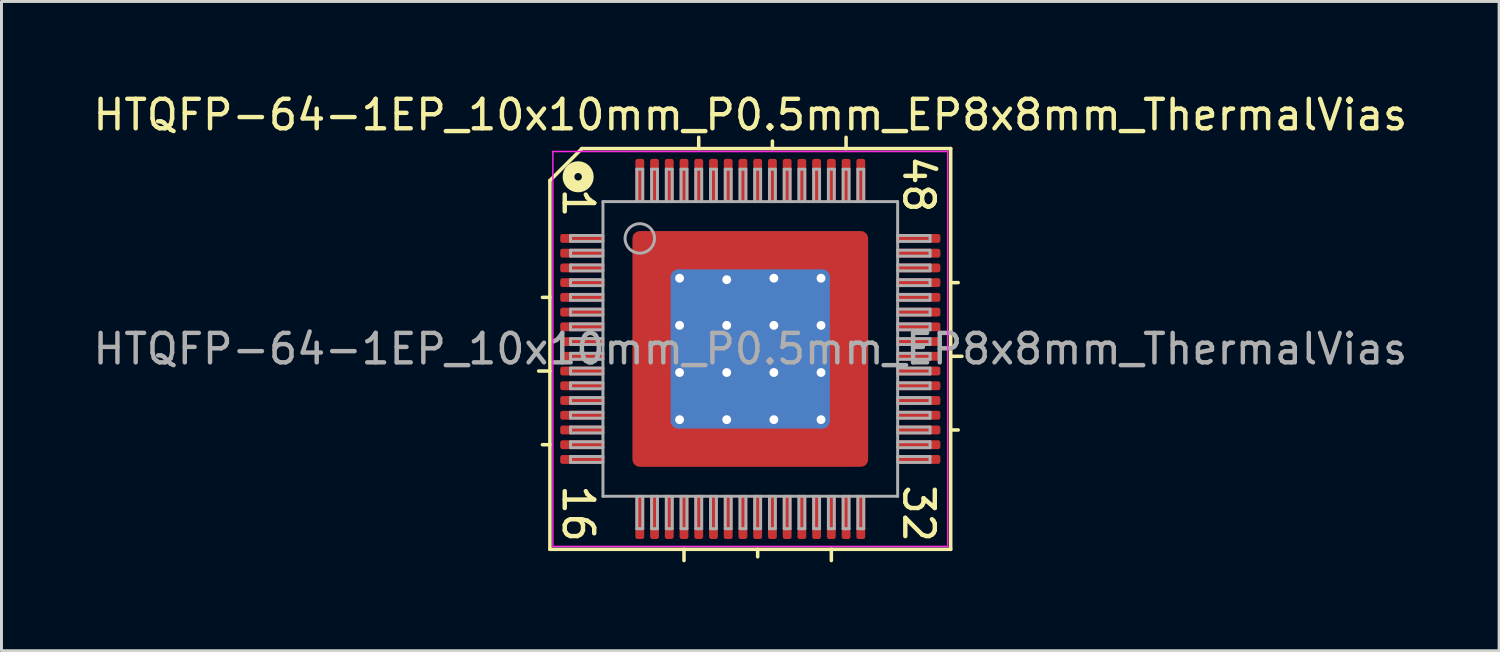
<source format=kicad_pcb>
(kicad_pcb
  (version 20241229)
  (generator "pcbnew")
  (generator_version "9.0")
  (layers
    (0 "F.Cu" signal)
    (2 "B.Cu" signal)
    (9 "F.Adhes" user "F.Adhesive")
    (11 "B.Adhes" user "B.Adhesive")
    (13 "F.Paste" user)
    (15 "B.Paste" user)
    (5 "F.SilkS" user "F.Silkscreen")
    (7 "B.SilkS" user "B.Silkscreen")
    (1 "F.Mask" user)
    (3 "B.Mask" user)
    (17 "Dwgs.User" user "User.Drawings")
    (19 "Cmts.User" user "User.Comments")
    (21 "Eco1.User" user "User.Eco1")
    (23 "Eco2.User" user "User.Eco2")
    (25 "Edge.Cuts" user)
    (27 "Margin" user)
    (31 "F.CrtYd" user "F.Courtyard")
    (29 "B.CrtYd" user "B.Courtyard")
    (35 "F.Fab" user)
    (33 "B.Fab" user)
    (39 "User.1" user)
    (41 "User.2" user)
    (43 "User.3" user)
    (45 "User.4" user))
  (footprint "HTQFP-64-1EP_10x10mm_P0.5mm_EP8x8mm_ThermalVias"
    (layer "F.Cu")
    (at 22.411 8.791)
    (property "Reference" "HTQFP-64-1EP_10x10mm_P0.5mm_EP8x8mm_ThermalVias" (at 0 -7.943 0) (layer "F.SilkS") (effects (font (size 1 1) (thickness 0.15))))
    (attr smd)
    (fp_line (start -6.8 -5.715) (end -6.8 6.8) (stroke (width 0.12) (type solid)) (layer "F.SilkS"))
    (fp_line (start -6.8 -1.75) (end -7.054 -1.75) (stroke (width 0.12) (type solid)) (layer "F.SilkS"))
    (fp_line (start -6.8 0.75) (end -7.181 0.75) (stroke (width 0.12) (type solid)) (layer "F.SilkS"))
    (fp_line (start -6.8 3.25) (end -7.054 3.25) (stroke (width 0.12) (type solid)) (layer "F.SilkS"))
    (fp_line (start -6.8 6.8) (end 6.8 6.8) (stroke (width 0.12) (type solid)) (layer "F.SilkS"))
    (fp_line (start -5.715 -6.8) (end -6.8 -5.715) (stroke (width 0.12) (type solid)) (layer "F.SilkS"))
    (fp_line (start -2.25 6.8) (end -2.25 7.181) (stroke (width 0.12) (type solid)) (layer "F.SilkS"))
    (fp_line (start -1.75 -6.8) (end -1.75 -7.181) (stroke (width 0.12) (type solid)) (layer "F.SilkS"))
    (fp_line (start 0.25 6.8) (end 0.25 7.054) (stroke (width 0.12) (type solid)) (layer "F.SilkS"))
    (fp_line (start 0.75 -6.8) (end 0.75 -7.054) (stroke (width 0.12) (type solid)) (layer "F.SilkS"))
    (fp_line (start 2.75 6.8) (end 2.75 7.181) (stroke (width 0.12) (type solid)) (layer "F.SilkS"))
    (fp_line (start 3.25 -6.8) (end 3.25 -7.181) (stroke (width 0.12) (type solid)) (layer "F.SilkS"))
    (fp_line (start 6.8 -6.8) (end -5.715 -6.8) (stroke (width 0.12) (type solid)) (layer "F.SilkS"))
    (fp_line (start 6.8 -2.25) (end 7.054 -2.25) (stroke (width 0.12) (type solid)) (layer "F.SilkS"))
    (fp_line (start 6.8 0.25) (end 7.181 0.25) (stroke (width 0.12) (type solid)) (layer "F.SilkS"))
    (fp_line (start 6.8 2.75) (end 7.054 2.75) (stroke (width 0.12) (type solid)) (layer "F.SilkS"))
    (fp_line (start 6.8 6.8) (end 6.8 -6.8) (stroke (width 0.12) (type solid)) (layer "F.SilkS"))
    (fp_circle (center -5.842 -5.842) (end -5.715 -5.842) (stroke (width 0.4) (type solid)) (fill no) (layer "F.SilkS"))
    (fp_line (start -6.7 -6.7) (end -6.7 6.7) (stroke (width 0.05) (type solid)) (layer "F.CrtYd"))
    (fp_line (start -6.7 -6.7) (end 6.7 -6.7) (stroke (width 0.05) (type solid)) (layer "F.CrtYd"))
    (fp_line (start -6.7 6.7) (end 6.7 6.7) (stroke (width 0.05) (type solid)) (layer "F.CrtYd"))
    (fp_line (start 6.7 -6.7) (end 6.7 6.7) (stroke (width 0.05) (type solid)) (layer "F.CrtYd"))
    (fp_line (start -6.1 -3.85) (end -6.1 -3.65) (stroke (width 0.1) (type solid)) (layer "F.Fab"))
    (fp_line (start -6.1 -3.85) (end -5 -3.85) (stroke (width 0.1) (type solid)) (layer "F.Fab"))
    (fp_line (start -6.1 -3.65) (end -5 -3.65) (stroke (width 0.1) (type solid)) (layer "F.Fab"))
    (fp_line (start -6.1 -3.35) (end -6.1 -3.15) (stroke (width 0.1) (type solid)) (layer "F.Fab"))
    (fp_line (start -6.1 -3.35) (end -5 -3.35) (stroke (width 0.1) (type solid)) (layer "F.Fab"))
    (fp_line (start -6.1 -3.15) (end -5 -3.15) (stroke (width 0.1) (type solid)) (layer "F.Fab"))
    (fp_line (start -6.1 -2.85) (end -6.1 -2.65) (stroke (width 0.1) (type solid)) (layer "F.Fab"))
    (fp_line (start -6.1 -2.85) (end -5 -2.85) (stroke (width 0.1) (type solid)) (layer "F.Fab"))
    (fp_line (start -6.1 -2.65) (end -5 -2.65) (stroke (width 0.1) (type solid)) (layer "F.Fab"))
    (fp_line (start -6.1 -2.35) (end -6.1 -2.15) (stroke (width 0.1) (type solid)) (layer "F.Fab"))
    (fp_line (start -6.1 -2.35) (end -5 -2.35) (stroke (width 0.1) (type solid)) (layer "F.Fab"))
    (fp_line (start -6.1 -2.15) (end -5 -2.15) (stroke (width 0.1) (type solid)) (layer "F.Fab"))
    (fp_line (start -6.1 -1.85) (end -6.1 -1.65) (stroke (width 0.1) (type solid)) (layer "F.Fab"))
    (fp_line (start -6.1 -1.85) (end -5 -1.85) (stroke (width 0.1) (type solid)) (layer "F.Fab"))
    (fp_line (start -6.1 -1.65) (end -5 -1.65) (stroke (width 0.1) (type solid)) (layer "F.Fab"))
    (fp_line (start -6.1 -1.35) (end -6.1 -1.15) (stroke (width 0.1) (type solid)) (layer "F.Fab"))
    (fp_line (start -6.1 -1.35) (end -5 -1.35) (stroke (width 0.1) (type solid)) (layer "F.Fab"))
    (fp_line (start -6.1 -1.15) (end -5 -1.15) (stroke (width 0.1) (type solid)) (layer "F.Fab"))
    (fp_line (start -6.1 -0.85) (end -6.1 -0.65) (stroke (width 0.1) (type solid)) (layer "F.Fab"))
    (fp_line (start -6.1 -0.85) (end -5 -0.85) (stroke (width 0.1) (type solid)) (layer "F.Fab"))
    (fp_line (start -6.1 -0.65) (end -5 -0.65) (stroke (width 0.1) (type solid)) (layer "F.Fab"))
    (fp_line (start -6.1 -0.35) (end -6.1 -0.15) (stroke (width 0.1) (type solid)) (layer "F.Fab"))
    (fp_line (start -6.1 -0.35) (end -5 -0.35) (stroke (width 0.1) (type solid)) (layer "F.Fab"))
    (fp_line (start -6.1 -0.15) (end -5 -0.15) (stroke (width 0.1) (type solid)) (layer "F.Fab"))
    (fp_line (start -6.1 0.15) (end -6.1 0.35) (stroke (width 0.1) (type solid)) (layer "F.Fab"))
    (fp_line (start -6.1 0.15) (end -5 0.15) (stroke (width 0.1) (type solid)) (layer "F.Fab"))
    (fp_line (start -6.1 0.35) (end -5 0.35) (stroke (width 0.1) (type solid)) (layer "F.Fab"))
    (fp_line (start -6.1 0.65) (end -6.1 0.85) (stroke (width 0.1) (type solid)) (layer "F.Fab"))
    (fp_line (start -6.1 0.65) (end -5 0.65) (stroke (width 0.1) (type solid)) (layer "F.Fab"))
    (fp_line (start -6.1 0.85) (end -5 0.85) (stroke (width 0.1) (type solid)) (layer "F.Fab"))
    (fp_line (start -6.1 1.15) (end -6.1 1.35) (stroke (width 0.1) (type solid)) (layer "F.Fab"))
    (fp_line (start -6.1 1.15) (end -5 1.15) (stroke (width 0.1) (type solid)) (layer "F.Fab"))
    (fp_line (start -6.1 1.35) (end -5 1.35) (stroke (width 0.1) (type solid)) (layer "F.Fab"))
    (fp_line (start -6.1 1.65) (end -6.1 1.85) (stroke (width 0.1) (type solid)) (layer "F.Fab"))
    (fp_line (start -6.1 1.65) (end -5 1.65) (stroke (width 0.1) (type solid)) (layer "F.Fab"))
    (fp_line (start -6.1 1.85) (end -5 1.85) (stroke (width 0.1) (type solid)) (layer "F.Fab"))
    (fp_line (start -6.1 2.15) (end -6.1 2.35) (stroke (width 0.1) (type solid)) (layer "F.Fab"))
    (fp_line (start -6.1 2.15) (end -5 2.15) (stroke (width 0.1) (type solid)) (layer "F.Fab"))
    (fp_line (start -6.1 2.35) (end -5 2.35) (stroke (width 0.1) (type solid)) (layer "F.Fab"))
    (fp_line (start -6.1 2.65) (end -6.1 2.85) (stroke (width 0.1) (type solid)) (layer "F.Fab"))
    (fp_line (start -6.1 2.65) (end -5 2.65) (stroke (width 0.1) (type solid)) (layer "F.Fab"))
    (fp_line (start -6.1 2.85) (end -5 2.85) (stroke (width 0.1) (type solid)) (layer "F.Fab"))
    (fp_line (start -6.1 3.15) (end -6.1 3.35) (stroke (width 0.1) (type solid)) (layer "F.Fab"))
    (fp_line (start -6.1 3.15) (end -5 3.15) (stroke (width 0.1) (type solid)) (layer "F.Fab"))
    (fp_line (start -6.1 3.35) (end -5 3.35) (stroke (width 0.1) (type solid)) (layer "F.Fab"))
    (fp_line (start -6.1 3.65) (end -6.1 3.85) (stroke (width 0.1) (type solid)) (layer "F.Fab"))
    (fp_line (start -6.1 3.65) (end -5 3.65) (stroke (width 0.1) (type solid)) (layer "F.Fab"))
    (fp_line (start -6.1 3.85) (end -5 3.85) (stroke (width 0.1) (type solid)) (layer "F.Fab"))
    (fp_line (start -5 -5) (end 5 -5) (stroke (width 0.1) (type solid)) (layer "F.Fab"))
    (fp_line (start -5 5) (end -5 -5) (stroke (width 0.1) (type solid)) (layer "F.Fab"))
    (fp_line (start -3.85 -6.1) (end -3.85 -5) (stroke (width 0.1) (type solid)) (layer "F.Fab"))
    (fp_line (start -3.85 6.1) (end -3.85 5) (stroke (width 0.1) (type solid)) (layer "F.Fab"))
    (fp_line (start -3.85 6.1) (end -3.65 6.1) (stroke (width 0.1) (type solid)) (layer "F.Fab"))
    (fp_line (start -3.65 -6.1) (end -3.85 -6.1) (stroke (width 0.1) (type solid)) (layer "F.Fab"))
    (fp_line (start -3.65 -6.1) (end -3.65 -5) (stroke (width 0.1) (type solid)) (layer "F.Fab"))
    (fp_line (start -3.65 6.1) (end -3.65 5) (stroke (width 0.1) (type solid)) (layer "F.Fab"))
    (fp_line (start -3.35 -6.1) (end -3.35 -5) (stroke (width 0.1) (type solid)) (layer "F.Fab"))
    (fp_line (start -3.35 6.1) (end -3.35 5) (stroke (width 0.1) (type solid)) (layer "F.Fab"))
    (fp_line (start -3.35 6.1) (end -3.15 6.1) (stroke (width 0.1) (type solid)) (layer "F.Fab"))
    (fp_line (start -3.15 -6.1) (end -3.35 -6.1) (stroke (width 0.1) (type solid)) (layer "F.Fab"))
    (fp_line (start -3.15 -6.1) (end -3.15 -5) (stroke (width 0.1) (type solid)) (layer "F.Fab"))
    (fp_line (start -3.15 6.1) (end -3.15 5) (stroke (width 0.1) (type solid)) (layer "F.Fab"))
    (fp_line (start -2.85 -6.1) (end -2.85 -5) (stroke (width 0.1) (type solid)) (layer "F.Fab"))
    (fp_line (start -2.85 6.1) (end -2.85 5) (stroke (width 0.1) (type solid)) (layer "F.Fab"))
    (fp_line (start -2.85 6.1) (end -2.65 6.1) (stroke (width 0.1) (type solid)) (layer "F.Fab"))
    (fp_line (start -2.65 -6.1) (end -2.85 -6.1) (stroke (width 0.1) (type solid)) (layer "F.Fab"))
    (fp_line (start -2.65 -6.1) (end -2.65 -5) (stroke (width 0.1) (type solid)) (layer "F.Fab"))
    (fp_line (start -2.65 6.1) (end -2.65 5) (stroke (width 0.1) (type solid)) (layer "F.Fab"))
    (fp_line (start -2.35 -6.1) (end -2.35 -5) (stroke (width 0.1) (type solid)) (layer "F.Fab"))
    (fp_line (start -2.35 6.1) (end -2.35 5) (stroke (width 0.1) (type solid)) (layer "F.Fab"))
    (fp_line (start -2.35 6.1) (end -2.15 6.1) (stroke (width 0.1) (type solid)) (layer "F.Fab"))
    (fp_line (start -2.15 -6.1) (end -2.35 -6.1) (stroke (width 0.1) (type solid)) (layer "F.Fab"))
    (fp_line (start -2.15 -6.1) (end -2.15 -5) (stroke (width 0.1) (type solid)) (layer "F.Fab"))
    (fp_line (start -2.15 6.1) (end -2.15 5) (stroke (width 0.1) (type solid)) (layer "F.Fab"))
    (fp_line (start -1.85 -6.1) (end -1.85 -5) (stroke (width 0.1) (type solid)) (layer "F.Fab"))
    (fp_line (start -1.85 6.1) (end -1.85 5) (stroke (width 0.1) (type solid)) (layer "F.Fab"))
    (fp_line (start -1.85 6.1) (end -1.65 6.1) (stroke (width 0.1) (type solid)) (layer "F.Fab"))
    (fp_line (start -1.65 -6.1) (end -1.85 -6.1) (stroke (width 0.1) (type solid)) (layer "F.Fab"))
    (fp_line (start -1.65 -6.1) (end -1.65 -5) (stroke (width 0.1) (type solid)) (layer "F.Fab"))
    (fp_line (start -1.65 6.1) (end -1.65 5) (stroke (width 0.1) (type solid)) (layer "F.Fab"))
    (fp_line (start -1.35 -6.1) (end -1.35 -5) (stroke (width 0.1) (type solid)) (layer "F.Fab"))
    (fp_line (start -1.35 6.1) (end -1.35 5) (stroke (width 0.1) (type solid)) (layer "F.Fab"))
    (fp_line (start -1.35 6.1) (end -1.15 6.1) (stroke (width 0.1) (type solid)) (layer "F.Fab"))
    (fp_line (start -1.15 -6.1) (end -1.35 -6.1) (stroke (width 0.1) (type solid)) (layer "F.Fab"))
    (fp_line (start -1.15 -6.1) (end -1.15 -5) (stroke (width 0.1) (type solid)) (layer "F.Fab"))
    (fp_line (start -1.15 6.1) (end -1.15 5) (stroke (width 0.1) (type solid)) (layer "F.Fab"))
    (fp_line (start -0.85 -6.1) (end -0.85 -5) (stroke (width 0.1) (type solid)) (layer "F.Fab"))
    (fp_line (start -0.85 6.1) (end -0.85 5) (stroke (width 0.1) (type solid)) (layer "F.Fab"))
    (fp_line (start -0.85 6.1) (end -0.65 6.1) (stroke (width 0.1) (type solid)) (layer "F.Fab"))
    (fp_line (start -0.65 -6.1) (end -0.85 -6.1) (stroke (width 0.1) (type solid)) (layer "F.Fab"))
    (fp_line (start -0.65 -6.1) (end -0.65 -5) (stroke (width 0.1) (type solid)) (layer "F.Fab"))
    (fp_line (start -0.65 6.1) (end -0.65 5) (stroke (width 0.1) (type solid)) (layer "F.Fab"))
    (fp_line (start -0.35 -6.1) (end -0.35 -5) (stroke (width 0.1) (type solid)) (layer "F.Fab"))
    (fp_line (start -0.35 6.1) (end -0.35 5) (stroke (width 0.1) (type solid)) (layer "F.Fab"))
    (fp_line (start -0.35 6.1) (end -0.15 6.1) (stroke (width 0.1) (type solid)) (layer "F.Fab"))
    (fp_line (start -0.15 -6.1) (end -0.35 -6.1) (stroke (width 0.1) (type solid)) (layer "F.Fab"))
    (fp_line (start -0.15 -6.1) (end -0.15 -5) (stroke (width 0.1) (type solid)) (layer "F.Fab"))
    (fp_line (start -0.15 6.1) (end -0.15 5) (stroke (width 0.1) (type solid)) (layer "F.Fab"))
    (fp_line (start 0.15 -6.1) (end 0.15 -5) (stroke (width 0.1) (type solid)) (layer "F.Fab"))
    (fp_line (start 0.15 6.1) (end 0.15 5) (stroke (width 0.1) (type solid)) (layer "F.Fab"))
    (fp_line (start 0.15 6.1) (end 0.35 6.1) (stroke (width 0.1) (type solid)) (layer "F.Fab"))
    (fp_line (start 0.35 -6.1) (end 0.15 -6.1) (stroke (width 0.1) (type solid)) (layer "F.Fab"))
    (fp_line (start 0.35 -6.1) (end 0.35 -5) (stroke (width 0.1) (type solid)) (layer "F.Fab"))
    (fp_line (start 0.35 6.1) (end 0.35 5) (stroke (width 0.1) (type solid)) (layer "F.Fab"))
    (fp_line (start 0.65 -6.1) (end 0.65 -5) (stroke (width 0.1) (type solid)) (layer "F.Fab"))
    (fp_line (start 0.65 6.1) (end 0.65 5) (stroke (width 0.1) (type solid)) (layer "F.Fab"))
    (fp_line (start 0.65 6.1) (end 0.85 6.1) (stroke (width 0.1) (type solid)) (layer "F.Fab"))
    (fp_line (start 0.85 -6.1) (end 0.65 -6.1) (stroke (width 0.1) (type solid)) (layer "F.Fab"))
    (fp_line (start 0.85 -6.1) (end 0.85 -5) (stroke (width 0.1) (type solid)) (layer "F.Fab"))
    (fp_line (start 0.85 6.1) (end 0.85 5) (stroke (width 0.1) (type solid)) (layer "F.Fab"))
    (fp_line (start 1.15 -6.1) (end 1.15 -5) (stroke (width 0.1) (type solid)) (layer "F.Fab"))
    (fp_line (start 1.15 6.1) (end 1.15 5) (stroke (width 0.1) (type solid)) (layer "F.Fab"))
    (fp_line (start 1.15 6.1) (end 1.35 6.1) (stroke (width 0.1) (type solid)) (layer "F.Fab"))
    (fp_line (start 1.35 -6.1) (end 1.15 -6.1) (stroke (width 0.1) (type solid)) (layer "F.Fab"))
    (fp_line (start 1.35 -6.1) (end 1.35 -5) (stroke (width 0.1) (type solid)) (layer "F.Fab"))
    (fp_line (start 1.35 6.1) (end 1.35 5) (stroke (width 0.1) (type solid)) (layer "F.Fab"))
    (fp_line (start 1.65 -6.1) (end 1.65 -5) (stroke (width 0.1) (type solid)) (layer "F.Fab"))
    (fp_line (start 1.65 6.1) (end 1.65 5) (stroke (width 0.1) (type solid)) (layer "F.Fab"))
    (fp_line (start 1.65 6.1) (end 1.85 6.1) (stroke (width 0.1) (type solid)) (layer "F.Fab"))
    (fp_line (start 1.85 -6.1) (end 1.65 -6.1) (stroke (width 0.1) (type solid)) (layer "F.Fab"))
    (fp_line (start 1.85 -6.1) (end 1.85 -5) (stroke (width 0.1) (type solid)) (layer "F.Fab"))
    (fp_line (start 1.85 6.1) (end 1.85 5) (stroke (width 0.1) (type solid)) (layer "F.Fab"))
    (fp_line (start 2.15 -6.1) (end 2.15 -5) (stroke (width 0.1) (type solid)) (layer "F.Fab"))
    (fp_line (start 2.15 6.1) (end 2.15 5) (stroke (width 0.1) (type solid)) (layer "F.Fab"))
    (fp_line (start 2.15 6.1) (end 2.35 6.1) (stroke (width 0.1) (type solid)) (layer "F.Fab"))
    (fp_line (start 2.35 -6.1) (end 2.15 -6.1) (stroke (width 0.1) (type solid)) (layer "F.Fab"))
    (fp_line (start 2.35 -6.1) (end 2.35 -5) (stroke (width 0.1) (type solid)) (layer "F.Fab"))
    (fp_line (start 2.35 6.1) (end 2.35 5) (stroke (width 0.1) (type solid)) (layer "F.Fab"))
    (fp_line (start 2.65 -6.1) (end 2.65 -5) (stroke (width 0.1) (type solid)) (layer "F.Fab"))
    (fp_line (start 2.65 6.1) (end 2.65 5) (stroke (width 0.1) (type solid)) (layer "F.Fab"))
    (fp_line (start 2.65 6.1) (end 2.85 6.1) (stroke (width 0.1) (type solid)) (layer "F.Fab"))
    (fp_line (start 2.85 -6.1) (end 2.65 -6.1) (stroke (width 0.1) (type solid)) (layer "F.Fab"))
    (fp_line (start 2.85 -6.1) (end 2.85 -5) (stroke (width 0.1) (type solid)) (layer "F.Fab"))
    (fp_line (start 2.85 6.1) (end 2.85 5) (stroke (width 0.1) (type solid)) (layer "F.Fab"))
    (fp_line (start 3.15 -6.1) (end 3.15 -5) (stroke (width 0.1) (type solid)) (layer "F.Fab"))
    (fp_line (start 3.15 6.1) (end 3.15 5) (stroke (width 0.1) (type solid)) (layer "F.Fab"))
    (fp_line (start 3.15 6.1) (end 3.35 6.1) (stroke (width 0.1) (type solid)) (layer "F.Fab"))
    (fp_line (start 3.35 -6.1) (end 3.15 -6.1) (stroke (width 0.1) (type solid)) (layer "F.Fab"))
    (fp_line (start 3.35 -6.1) (end 3.35 -5) (stroke (width 0.1) (type solid)) (layer "F.Fab"))
    (fp_line (start 3.35 6.1) (end 3.35 5) (stroke (width 0.1) (type solid)) (layer "F.Fab"))
    (fp_line (start 3.65 -6.1) (end 3.65 -5) (stroke (width 0.1) (type solid)) (layer "F.Fab"))
    (fp_line (start 3.65 6.1) (end 3.65 5) (stroke (width 0.1) (type solid)) (layer "F.Fab"))
    (fp_line (start 3.65 6.1) (end 3.85 6.1) (stroke (width 0.1) (type solid)) (layer "F.Fab"))
    (fp_line (start 3.85 -6.1) (end 3.65 -6.1) (stroke (width 0.1) (type solid)) (layer "F.Fab"))
    (fp_line (start 3.85 -6.1) (end 3.85 -5) (stroke (width 0.1) (type solid)) (layer "F.Fab"))
    (fp_line (start 3.85 6.1) (end 3.85 5) (stroke (width 0.1) (type solid)) (layer "F.Fab"))
    (fp_line (start 5 -5) (end 5 5) (stroke (width 0.1) (type solid)) (layer "F.Fab"))
    (fp_line (start 5 5) (end -5 5) (stroke (width 0.1) (type solid)) (layer "F.Fab"))
    (fp_line (start 6.1 -3.85) (end 5 -3.85) (stroke (width 0.1) (type solid)) (layer "F.Fab"))
    (fp_line (start 6.1 -3.65) (end 5 -3.65) (stroke (width 0.1) (type solid)) (layer "F.Fab"))
    (fp_line (start 6.1 -3.65) (end 6.1 -3.85) (stroke (width 0.1) (type solid)) (layer "F.Fab"))
    (fp_line (start 6.1 -3.35) (end 5 -3.35) (stroke (width 0.1) (type solid)) (layer "F.Fab"))
    (fp_line (start 6.1 -3.15) (end 5 -3.15) (stroke (width 0.1) (type solid)) (layer "F.Fab"))
    (fp_line (start 6.1 -3.15) (end 6.1 -3.35) (stroke (width 0.1) (type solid)) (layer "F.Fab"))
    (fp_line (start 6.1 -2.85) (end 5 -2.85) (stroke (width 0.1) (type solid)) (layer "F.Fab"))
    (fp_line (start 6.1 -2.65) (end 5 -2.65) (stroke (width 0.1) (type solid)) (layer "F.Fab"))
    (fp_line (start 6.1 -2.65) (end 6.1 -2.85) (stroke (width 0.1) (type solid)) (layer "F.Fab"))
    (fp_line (start 6.1 -2.35) (end 5 -2.35) (stroke (width 0.1) (type solid)) (layer "F.Fab"))
    (fp_line (start 6.1 -2.15) (end 5 -2.15) (stroke (width 0.1) (type solid)) (layer "F.Fab"))
    (fp_line (start 6.1 -2.15) (end 6.1 -2.35) (stroke (width 0.1) (type solid)) (layer "F.Fab"))
    (fp_line (start 6.1 -1.85) (end 5 -1.85) (stroke (width 0.1) (type solid)) (layer "F.Fab"))
    (fp_line (start 6.1 -1.65) (end 5 -1.65) (stroke (width 0.1) (type solid)) (layer "F.Fab"))
    (fp_line (start 6.1 -1.65) (end 6.1 -1.85) (stroke (width 0.1) (type solid)) (layer "F.Fab"))
    (fp_line (start 6.1 -1.35) (end 5 -1.35) (stroke (width 0.1) (type solid)) (layer "F.Fab"))
    (fp_line (start 6.1 -1.15) (end 5 -1.15) (stroke (width 0.1) (type solid)) (layer "F.Fab"))
    (fp_line (start 6.1 -1.15) (end 6.1 -1.35) (stroke (width 0.1) (type solid)) (layer "F.Fab"))
    (fp_line (start 6.1 -0.85) (end 5 -0.85) (stroke (width 0.1) (type solid)) (layer "F.Fab"))
    (fp_line (start 6.1 -0.65) (end 5 -0.65) (stroke (width 0.1) (type solid)) (layer "F.Fab"))
    (fp_line (start 6.1 -0.65) (end 6.1 -0.85) (stroke (width 0.1) (type solid)) (layer "F.Fab"))
    (fp_line (start 6.1 -0.35) (end 5 -0.35) (stroke (width 0.1) (type solid)) (layer "F.Fab"))
    (fp_line (start 6.1 -0.15) (end 5 -0.15) (stroke (width 0.1) (type solid)) (layer "F.Fab"))
    (fp_line (start 6.1 -0.15) (end 6.1 -0.35) (stroke (width 0.1) (type solid)) (layer "F.Fab"))
    (fp_line (start 6.1 0.15) (end 5 0.15) (stroke (width 0.1) (type solid)) (layer "F.Fab"))
    (fp_line (start 6.1 0.35) (end 5 0.35) (stroke (width 0.1) (type solid)) (layer "F.Fab"))
    (fp_line (start 6.1 0.35) (end 6.1 0.15) (stroke (width 0.1) (type solid)) (layer "F.Fab"))
    (fp_line (start 6.1 0.65) (end 5 0.65) (stroke (width 0.1) (type solid)) (layer "F.Fab"))
    (fp_line (start 6.1 0.85) (end 5 0.85) (stroke (width 0.1) (type solid)) (layer "F.Fab"))
    (fp_line (start 6.1 0.85) (end 6.1 0.65) (stroke (width 0.1) (type solid)) (layer "F.Fab"))
    (fp_line (start 6.1 1.15) (end 5 1.15) (stroke (width 0.1) (type solid)) (layer "F.Fab"))
    (fp_line (start 6.1 1.35) (end 5 1.35) (stroke (width 0.1) (type solid)) (layer "F.Fab"))
    (fp_line (start 6.1 1.35) (end 6.1 1.15) (stroke (width 0.1) (type solid)) (layer "F.Fab"))
    (fp_line (start 6.1 1.65) (end 5 1.65) (stroke (width 0.1) (type solid)) (layer "F.Fab"))
    (fp_line (start 6.1 1.85) (end 5 1.85) (stroke (width 0.1) (type solid)) (layer "F.Fab"))
    (fp_line (start 6.1 1.85) (end 6.1 1.65) (stroke (width 0.1) (type solid)) (layer "F.Fab"))
    (fp_line (start 6.1 2.15) (end 5 2.15) (stroke (width 0.1) (type solid)) (layer "F.Fab"))
    (fp_line (start 6.1 2.35) (end 5 2.35) (stroke (width 0.1) (type solid)) (layer "F.Fab"))
    (fp_line (start 6.1 2.35) (end 6.1 2.15) (stroke (width 0.1) (type solid)) (layer "F.Fab"))
    (fp_line (start 6.1 2.65) (end 5 2.65) (stroke (width 0.1) (type solid)) (layer "F.Fab"))
    (fp_line (start 6.1 2.85) (end 5 2.85) (stroke (width 0.1) (type solid)) (layer "F.Fab"))
    (fp_line (start 6.1 2.85) (end 6.1 2.65) (stroke (width 0.1) (type solid)) (layer "F.Fab"))
    (fp_line (start 6.1 3.15) (end 5 3.15) (stroke (width 0.1) (type solid)) (layer "F.Fab"))
    (fp_line (start 6.1 3.35) (end 5 3.35) (stroke (width 0.1) (type solid)) (layer "F.Fab"))
    (fp_line (start 6.1 3.35) (end 6.1 3.15) (stroke (width 0.1) (type solid)) (layer "F.Fab"))
    (fp_line (start 6.1 3.65) (end 5 3.65) (stroke (width 0.1) (type solid)) (layer "F.Fab"))
    (fp_line (start 6.1 3.85) (end 5 3.85) (stroke (width 0.1) (type solid)) (layer "F.Fab"))
    (fp_line (start 6.1 3.85) (end 6.1 3.65) (stroke (width 0.1) (type solid)) (layer "F.Fab"))
    (fp_circle (center -3.75 -3.75) (end -3.25 -3.75) (stroke (width 0.1) (type solid)) (fill no) (layer "F.Fab"))
    (fp_text user "32" (at 5.715 5.588 270) (unlocked yes) (layer "F.SilkS") (effects (font (size 1 1) (thickness 0.15))))
    (fp_text user "48" (at 5.715 -5.588 270) (unlocked yes) (layer "F.SilkS") (effects (font (size 1 1) (thickness 0.15))))
    (fp_text user "16" (at -5.842 5.588 270) (unlocked yes) (layer "F.SilkS") (effects (font (size 1 1) (thickness 0.15))))
    (fp_text user "1" (at -5.842 -4.953 270) (unlocked yes) (layer "F.SilkS") (effects (font (size 1 1) (thickness 0.15))))
    (fp_text user "${REFERENCE}" (at 0 0 0) (layer "F.Fab") (effects (font (size 1 1) (thickness 0.15))))
    (pad "" smd roundrect (at -3.2 -3.2 180) (size 1.3 1.3) (layers "F.Paste") (roundrect_rratio 0.192))
    (pad "" smd roundrect (at -3.2 -1.6 180) (size 1.3 1.3) (layers "F.Paste") (roundrect_rratio 0.192))
    (pad "" smd roundrect (at -3.2 0 180) (size 1.3 1.3) (layers "F.Paste") (roundrect_rratio 0.192))
    (pad "" smd roundrect (at -3.2 1.6 180) (size 1.3 1.3) (layers "F.Paste") (roundrect_rratio 0.192))
    (pad "" smd roundrect (at -3.2 3.2 180) (size 1.3 1.3) (layers "F.Paste") (roundrect_rratio 0.192))
    (pad "" smd roundrect (at -1.6 -3.2 180) (size 1.3 1.3) (layers "F.Paste") (roundrect_rratio 0.192))
    (pad "" smd roundrect (at -1.6 -1.6 180) (size 1.3 1.3) (layers "F.Paste") (roundrect_rratio 0.192))
    (pad "" smd roundrect (at -1.6 0 180) (size 1.3 1.3) (layers "F.Paste") (roundrect_rratio 0.192))
    (pad "" smd roundrect (at -1.6 1.6 180) (size 1.3 1.3) (layers "F.Paste") (roundrect_rratio 0.192))
    (pad "" smd roundrect (at -1.6 3.2 180) (size 1.3 1.3) (layers "F.Paste") (roundrect_rratio 0.192))
    (pad "" smd roundrect (at 0 -3.2 180) (size 1.3 1.3) (layers "F.Paste") (roundrect_rratio 0.192))
    (pad "" smd roundrect (at 0 -1.6 180) (size 1.3 1.3) (layers "F.Paste") (roundrect_rratio 0.192))
    (pad "" smd roundrect (at 0 0 180) (size 1.3 1.3) (layers "F.Paste") (roundrect_rratio 0.192))
    (pad "" smd roundrect (at 0 1.6 180) (size 1.3 1.3) (layers "F.Paste") (roundrect_rratio 0.192))
    (pad "" smd roundrect (at 0 3.2 180) (size 1.3 1.3) (layers "F.Paste") (roundrect_rratio 0.192))
    (pad "" smd roundrect (at 1.6 -3.2 180) (size 1.3 1.3) (layers "F.Paste") (roundrect_rratio 0.192))
    (pad "" smd roundrect (at 1.6 -1.6 180) (size 1.3 1.3) (layers "F.Paste") (roundrect_rratio 0.192))
    (pad "" smd roundrect (at 1.6 0 180) (size 1.3 1.3) (layers "F.Paste") (roundrect_rratio 0.192))
    (pad "" smd roundrect (at 1.6 1.6 180) (size 1.3 1.3) (layers "F.Paste") (roundrect_rratio 0.192))
    (pad "" smd roundrect (at 1.6 3.2 180) (size 1.3 1.3) (layers "F.Paste") (roundrect_rratio 0.192))
    (pad "" smd roundrect (at 3.2 -3.2 180) (size 1.3 1.3) (layers "F.Paste") (roundrect_rratio 0.192))
    (pad "" smd roundrect (at 3.2 -1.6 180) (size 1.3 1.3) (layers "F.Paste") (roundrect_rratio 0.192))
    (pad "" smd roundrect (at 3.2 0 180) (size 1.3 1.3) (layers "F.Paste") (roundrect_rratio 0.192))
    (pad "" smd roundrect (at 3.2 1.6 180) (size 1.3 1.3) (layers "F.Paste") (roundrect_rratio 0.192))
    (pad "" smd roundrect (at 3.2 3.2 180) (size 1.3 1.3) (layers "F.Paste") (roundrect_rratio 0.192))
    (pad "1" smd roundrect (at -5.7 -3.75) (size 1.5 0.3) (layers "F.Cu" "F.Mask" "F.Paste") (roundrect_rratio 0.25))
    (pad "2" smd roundrect (at -5.7 -3.25) (size 1.5 0.3) (layers "F.Cu" "F.Mask" "F.Paste") (roundrect_rratio 0.25))
    (pad "3" smd roundrect (at -5.7 -2.75) (size 1.5 0.3) (layers "F.Cu" "F.Mask" "F.Paste") (roundrect_rratio 0.25))
    (pad "4" smd roundrect (at -5.7 -2.25) (size 1.5 0.3) (layers "F.Cu" "F.Mask" "F.Paste") (roundrect_rratio 0.25))
    (pad "5" smd roundrect (at -5.7 -1.75) (size 1.5 0.3) (layers "F.Cu" "F.Mask" "F.Paste") (roundrect_rratio 0.25))
    (pad "6" smd roundrect (at -5.7 -1.25) (size 1.5 0.3) (layers "F.Cu" "F.Mask" "F.Paste") (roundrect_rratio 0.25))
    (pad "7" smd roundrect (at -5.7 -0.75) (size 1.5 0.3) (layers "F.Cu" "F.Mask" "F.Paste") (roundrect_rratio 0.25))
    (pad "8" smd roundrect (at -5.7 -0.25) (size 1.5 0.3) (layers "F.Cu" "F.Mask" "F.Paste") (roundrect_rratio 0.25))
    (pad "9" smd roundrect (at -5.7 0.25) (size 1.5 0.3) (layers "F.Cu" "F.Mask" "F.Paste") (roundrect_rratio 0.25))
    (pad "10" smd roundrect (at -5.7 0.75) (size 1.5 0.3) (layers "F.Cu" "F.Mask" "F.Paste") (roundrect_rratio 0.25))
    (pad "11" smd roundrect (at -5.7 1.25) (size 1.5 0.3) (layers "F.Cu" "F.Mask" "F.Paste") (roundrect_rratio 0.25))
    (pad "12" smd roundrect (at -5.7 1.75) (size 1.5 0.3) (layers "F.Cu" "F.Mask" "F.Paste") (roundrect_rratio 0.25))
    (pad "13" smd roundrect (at -5.7 2.25) (size 1.5 0.3) (layers "F.Cu" "F.Mask" "F.Paste") (roundrect_rratio 0.25))
    (pad "14" smd roundrect (at -5.7 2.75) (size 1.5 0.3) (layers "F.Cu" "F.Mask" "F.Paste") (roundrect_rratio 0.25))
    (pad "15" smd roundrect (at -5.7 3.25) (size 1.5 0.3) (layers "F.Cu" "F.Mask" "F.Paste") (roundrect_rratio 0.25))
    (pad "16" smd roundrect (at -5.7 3.75) (size 1.5 0.3) (layers "F.Cu" "F.Mask" "F.Paste") (roundrect_rratio 0.25))
    (pad "17" smd roundrect (at -3.75 5.7 90) (size 1.5 0.3) (layers "F.Cu" "F.Mask" "F.Paste") (roundrect_rratio 0.25))
    (pad "18" smd roundrect (at -3.25 5.7 90) (size 1.5 0.3) (layers "F.Cu" "F.Mask" "F.Paste") (roundrect_rratio 0.25))
    (pad "19" smd roundrect (at -2.75 5.7 90) (size 1.5 0.3) (layers "F.Cu" "F.Mask" "F.Paste") (roundrect_rratio 0.25))
    (pad "20" smd roundrect (at -2.25 5.7 90) (size 1.5 0.3) (layers "F.Cu" "F.Mask" "F.Paste") (roundrect_rratio 0.25))
    (pad "21" smd roundrect (at -1.75 5.7 90) (size 1.5 0.3) (layers "F.Cu" "F.Mask" "F.Paste") (roundrect_rratio 0.25))
    (pad "22" smd roundrect (at -1.25 5.7 90) (size 1.5 0.3) (layers "F.Cu" "F.Mask" "F.Paste") (roundrect_rratio 0.25))
    (pad "23" smd roundrect (at -0.75 5.7 90) (size 1.5 0.3) (layers "F.Cu" "F.Mask" "F.Paste") (roundrect_rratio 0.25))
    (pad "24" smd roundrect (at -0.25 5.7 90) (size 1.5 0.3) (layers "F.Cu" "F.Mask" "F.Paste") (roundrect_rratio 0.25))
    (pad "25" smd roundrect (at 0.25 5.7 90) (size 1.5 0.3) (layers "F.Cu" "F.Mask" "F.Paste") (roundrect_rratio 0.25))
    (pad "26" smd roundrect (at 0.75 5.7 90) (size 1.5 0.3) (layers "F.Cu" "F.Mask" "F.Paste") (roundrect_rratio 0.25))
    (pad "27" smd roundrect (at 1.25 5.7 90) (size 1.5 0.3) (layers "F.Cu" "F.Mask" "F.Paste") (roundrect_rratio 0.25))
    (pad "28" smd roundrect (at 1.75 5.7 90) (size 1.5 0.3) (layers "F.Cu" "F.Mask" "F.Paste") (roundrect_rratio 0.25))
    (pad "29" smd roundrect (at 2.25 5.7 90) (size 1.5 0.3) (layers "F.Cu" "F.Mask" "F.Paste") (roundrect_rratio 0.25))
    (pad "30" smd roundrect (at 2.75 5.7 90) (size 1.5 0.3) (layers "F.Cu" "F.Mask" "F.Paste") (roundrect_rratio 0.25))
    (pad "31" smd roundrect (at 3.25 5.7 90) (size 1.5 0.3) (layers "F.Cu" "F.Mask" "F.Paste") (roundrect_rratio 0.25))
    (pad "32" smd roundrect (at 3.75 5.7 90) (size 1.5 0.3) (layers "F.Cu" "F.Mask" "F.Paste") (roundrect_rratio 0.25))
    (pad "33" smd roundrect (at 5.7 3.75) (size 1.5 0.3) (layers "F.Cu" "F.Mask" "F.Paste") (roundrect_rratio 0.25))
    (pad "34" smd roundrect (at 5.7 3.25) (size 1.5 0.3) (layers "F.Cu" "F.Mask" "F.Paste") (roundrect_rratio 0.25))
    (pad "35" smd roundrect (at 5.7 2.75) (size 1.5 0.3) (layers "F.Cu" "F.Mask" "F.Paste") (roundrect_rratio 0.25))
    (pad "36" smd roundrect (at 5.7 2.25) (size 1.5 0.3) (layers "F.Cu" "F.Mask" "F.Paste") (roundrect_rratio 0.25))
    (pad "37" smd roundrect (at 5.7 1.75) (size 1.5 0.3) (layers "F.Cu" "F.Mask" "F.Paste") (roundrect_rratio 0.25))
    (pad "38" smd roundrect (at 5.7 1.25) (size 1.5 0.3) (layers "F.Cu" "F.Mask" "F.Paste") (roundrect_rratio 0.25))
    (pad "39" smd roundrect (at 5.7 0.75) (size 1.5 0.3) (layers "F.Cu" "F.Mask" "F.Paste") (roundrect_rratio 0.25))
    (pad "40" smd roundrect (at 5.7 0.25) (size 1.5 0.3) (layers "F.Cu" "F.Mask" "F.Paste") (roundrect_rratio 0.25))
    (pad "41" smd roundrect (at 5.7 -0.25) (size 1.5 0.3) (layers "F.Cu" "F.Mask" "F.Paste") (roundrect_rratio 0.25))
    (pad "42" smd roundrect (at 5.7 -0.75) (size 1.5 0.3) (layers "F.Cu" "F.Mask" "F.Paste") (roundrect_rratio 0.25))
    (pad "43" smd roundrect (at 5.7 -1.25) (size 1.5 0.3) (layers "F.Cu" "F.Mask" "F.Paste") (roundrect_rratio 0.25))
    (pad "44" smd roundrect (at 5.7 -1.75) (size 1.5 0.3) (layers "F.Cu" "F.Mask" "F.Paste") (roundrect_rratio 0.25))
    (pad "45" smd roundrect (at 5.7 -2.25) (size 1.5 0.3) (layers "F.Cu" "F.Mask" "F.Paste") (roundrect_rratio 0.25))
    (pad "46" smd roundrect (at 5.7 -2.75) (size 1.5 0.3) (layers "F.Cu" "F.Mask" "F.Paste") (roundrect_rratio 0.25))
    (pad "47" smd roundrect (at 5.7 -3.25) (size 1.5 0.3) (layers "F.Cu" "F.Mask" "F.Paste") (roundrect_rratio 0.25))
    (pad "48" smd roundrect (at 5.7 -3.75) (size 1.5 0.3) (layers "F.Cu" "F.Mask" "F.Paste") (roundrect_rratio 0.25))
    (pad "49" smd roundrect (at 3.75 -5.7 90) (size 1.5 0.3) (layers "F.Cu" "F.Mask" "F.Paste") (roundrect_rratio 0.25))
    (pad "50" smd roundrect (at 3.25 -5.7 90) (size 1.5 0.3) (layers "F.Cu" "F.Mask" "F.Paste") (roundrect_rratio 0.25))
    (pad "51" smd roundrect (at 2.75 -5.7 90) (size 1.5 0.3) (layers "F.Cu" "F.Mask" "F.Paste") (roundrect_rratio 0.25))
    (pad "52" smd roundrect (at 2.25 -5.7 90) (size 1.5 0.3) (layers "F.Cu" "F.Mask" "F.Paste") (roundrect_rratio 0.25))
    (pad "53" smd roundrect (at 1.75 -5.7 90) (size 1.5 0.3) (layers "F.Cu" "F.Mask" "F.Paste") (roundrect_rratio 0.25))
    (pad "54" smd roundrect (at 1.25 -5.7 90) (size 1.5 0.3) (layers "F.Cu" "F.Mask" "F.Paste") (roundrect_rratio 0.25))
    (pad "55" smd roundrect (at 0.75 -5.7 90) (size 1.5 0.3) (layers "F.Cu" "F.Mask" "F.Paste") (roundrect_rratio 0.25))
    (pad "56" smd roundrect (at 0.25 -5.7 90) (size 1.5 0.3) (layers "F.Cu" "F.Mask" "F.Paste") (roundrect_rratio 0.25))
    (pad "57" smd roundrect (at -0.25 -5.7 90) (size 1.5 0.3) (layers "F.Cu" "F.Mask" "F.Paste") (roundrect_rratio 0.25))
    (pad "58" smd roundrect (at -0.75 -5.7 90) (size 1.5 0.3) (layers "F.Cu" "F.Mask" "F.Paste") (roundrect_rratio 0.25))
    (pad "59" smd roundrect (at -1.25 -5.7 90) (size 1.5 0.3) (layers "F.Cu" "F.Mask" "F.Paste") (roundrect_rratio 0.25))
    (pad "60" smd roundrect (at -1.75 -5.7 90) (size 1.5 0.3) (layers "F.Cu" "F.Mask" "F.Paste") (roundrect_rratio 0.25))
    (pad "61" smd roundrect (at -2.25 -5.7 90) (size 1.5 0.3) (layers "F.Cu" "F.Mask" "F.Paste") (roundrect_rratio 0.25))
    (pad "62" smd roundrect (at -2.75 -5.7 90) (size 1.5 0.3) (layers "F.Cu" "F.Mask" "F.Paste") (roundrect_rratio 0.25))
    (pad "63" smd roundrect (at -3.25 -5.7 90) (size 1.5 0.3) (layers "F.Cu" "F.Mask" "F.Paste") (roundrect_rratio 0.25))
    (pad "64" smd roundrect (at -3.75 -5.7 90) (size 1.5 0.3) (layers "F.Cu" "F.Mask" "F.Paste") (roundrect_rratio 0.25))
    (pad "65" thru_hole circle (at -2.4 -2.4 90) (size 0.6 0.6) (drill 0.3) (property pad_prop_heatsink) (layers "*.Cu"))
    (pad "65" thru_hole circle (at -2.4 -0.8 90) (size 0.6 0.6) (drill 0.3) (property pad_prop_heatsink) (layers "*.Cu"))
    (pad "65" thru_hole circle (at -2.4 0.8 90) (size 0.6 0.6) (drill 0.3) (property pad_prop_heatsink) (layers "*.Cu"))
    (pad "65" thru_hole circle (at -2.4 2.4 90) (size 0.6 0.6) (drill 0.3) (property pad_prop_heatsink) (layers "*.Cu"))
    (pad "65" thru_hole circle (at -0.8 -2.35 90) (size 0.6 0.6) (drill 0.3) (property pad_prop_heatsink) (layers "*.Cu"))
    (pad "65" thru_hole circle (at -0.8 -0.8 90) (size 0.6 0.6) (drill 0.3) (property pad_prop_heatsink) (layers "*.Cu"))
    (pad "65" thru_hole circle (at -0.8 0.8 90) (size 0.6 0.6) (drill 0.3) (property pad_prop_heatsink) (layers "*.Cu"))
    (pad "65" thru_hole circle (at -0.8 2.4 90) (size 0.6 0.6) (drill 0.3) (property pad_prop_heatsink) (layers "*.Cu"))
    (pad "65" smd roundrect (at 0 0 180) (size 5.4 5.4) (layers "B.Cu" "B.Mask") (roundrect_rratio 0.046))
    (pad "65" smd roundrect (at 0 0 180) (size 8 8) (layers "F.Cu" "F.Mask") (roundrect_rratio 0.031))
    (pad "65" thru_hole circle (at 0.8 -2.4 90) (size 0.6 0.6) (drill 0.3) (property pad_prop_heatsink) (layers "*.Cu"))
    (pad "65" thru_hole circle (at 0.8 -0.8 90) (size 0.6 0.6) (drill 0.3) (property pad_prop_heatsink) (layers "*.Cu"))
    (pad "65" thru_hole circle (at 0.8 0.8 90) (size 0.6 0.6) (drill 0.3) (property pad_prop_heatsink) (layers "*.Cu"))
    (pad "65" thru_hole circle (at 0.8 2.4 90) (size 0.6 0.6) (drill 0.3) (property pad_prop_heatsink) (layers "*.Cu"))
    (pad "65" thru_hole circle (at 2.4 -2.4 90) (size 0.6 0.6) (drill 0.3) (property pad_prop_heatsink) (layers "*.Cu"))
    (pad "65" thru_hole circle (at 2.4 -0.8 90) (size 0.6 0.6) (drill 0.3) (property pad_prop_heatsink) (layers "*.Cu"))
    (pad "65" thru_hole circle (at 2.4 0.8 90) (size 0.6 0.6) (drill 0.3) (property pad_prop_heatsink) (layers "*.Cu"))
    (pad "65" thru_hole circle (at 2.4 2.4 90) (size 0.6 0.6) (drill 0.3) (property pad_prop_heatsink) (layers "*.Cu")))
  (gr_rect
    (start -3 -3)
    (end 47.821 19.032)
    (stroke (width 0.1) (type default))
    (fill no)
    (layer "Edge.Cuts")))
</source>
